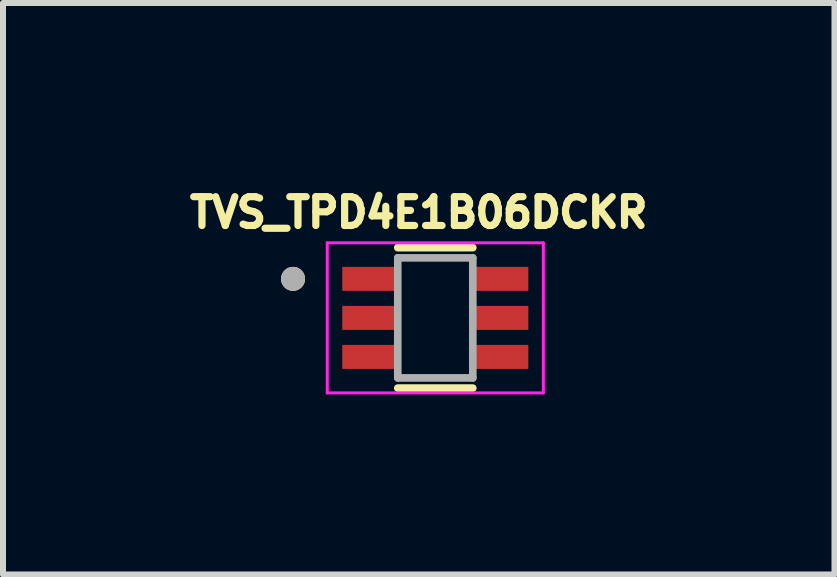
<source format=kicad_pcb>
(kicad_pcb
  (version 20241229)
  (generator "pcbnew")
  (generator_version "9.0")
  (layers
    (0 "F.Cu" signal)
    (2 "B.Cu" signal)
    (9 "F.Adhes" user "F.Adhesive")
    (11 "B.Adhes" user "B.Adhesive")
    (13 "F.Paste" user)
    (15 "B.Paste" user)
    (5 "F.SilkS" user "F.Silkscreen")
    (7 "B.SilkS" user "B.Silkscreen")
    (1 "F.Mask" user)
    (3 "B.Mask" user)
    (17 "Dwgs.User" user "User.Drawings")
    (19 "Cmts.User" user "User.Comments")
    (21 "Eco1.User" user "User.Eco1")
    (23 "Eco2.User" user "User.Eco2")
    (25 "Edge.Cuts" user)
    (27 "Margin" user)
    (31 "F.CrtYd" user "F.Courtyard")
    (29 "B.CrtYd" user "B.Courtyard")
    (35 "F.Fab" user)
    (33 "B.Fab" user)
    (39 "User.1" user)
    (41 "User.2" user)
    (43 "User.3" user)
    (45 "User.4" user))
  (footprint "TVS_TPD4E1B06DCKR"
    (layer "F.Cu")
    (at 4.202 2.246)
    (property "Reference" "TVS_TPD4E1B06DCKR" (at -0.276 -1.755 0) (layer "F.SilkS") (effects (font (size 0.48 0.48) (thickness 0.12))))
    (attr smd)
    (fp_line (start -0.625 -1.17) (end 0.625 -1.17) (stroke (width 0.127) (type solid)) (layer "F.SilkS"))
    (fp_line (start -0.625 1.17) (end 0.625 1.17) (stroke (width 0.127) (type solid)) (layer "F.SilkS"))
    (fp_circle (center -2.37 -0.65) (end -2.27 -0.65) (stroke (width 0.2) (type solid)) (fill no) (layer "F.SilkS"))
    (fp_poly (pts (xy -1.525 -0.825) (xy -0.675 -0.825) (xy -0.675 -0.475) (xy -1.525 -0.475)) (stroke (width 0.01) (type solid)) (fill yes) (layer "F.Paste"))
    (fp_poly (pts (xy -1.525 -0.175) (xy -0.675 -0.175) (xy -0.675 0.175) (xy -1.525 0.175)) (stroke (width 0.01) (type solid)) (fill yes) (layer "F.Paste"))
    (fp_poly (pts (xy -1.525 0.475) (xy -0.675 0.475) (xy -0.675 0.825) (xy -1.525 0.825)) (stroke (width 0.01) (type solid)) (fill yes) (layer "F.Paste"))
    (fp_poly (pts (xy 0.675 -0.825) (xy 1.525 -0.825) (xy 1.525 -0.475) (xy 0.675 -0.475)) (stroke (width 0.01) (type solid)) (fill yes) (layer "F.Paste"))
    (fp_poly (pts (xy 0.675 -0.175) (xy 1.525 -0.175) (xy 1.525 0.175) (xy 0.675 0.175)) (stroke (width 0.01) (type solid)) (fill yes) (layer "F.Paste"))
    (fp_poly (pts (xy 0.675 0.475) (xy 1.525 0.475) (xy 1.525 0.825) (xy 0.675 0.825)) (stroke (width 0.01) (type solid)) (fill yes) (layer "F.Paste"))
    (fp_line (start -1.8 -1.25) (end -1.8 1.25) (stroke (width 0.05) (type solid)) (layer "F.CrtYd"))
    (fp_line (start -1.8 1.25) (end 1.8 1.25) (stroke (width 0.05) (type solid)) (layer "F.CrtYd"))
    (fp_line (start 1.8 -1.25) (end -1.8 -1.25) (stroke (width 0.05) (type solid)) (layer "F.CrtYd"))
    (fp_line (start 1.8 1.25) (end 1.8 -1.25) (stroke (width 0.05) (type solid)) (layer "F.CrtYd"))
    (fp_line (start -0.625 -1) (end -0.625 1) (stroke (width 0.127) (type solid)) (layer "F.Fab"))
    (fp_line (start -0.625 1) (end 0.625 1) (stroke (width 0.127) (type solid)) (layer "F.Fab"))
    (fp_line (start 0.625 -1) (end -0.625 -1) (stroke (width 0.127) (type solid)) (layer "F.Fab"))
    (fp_line (start 0.625 1) (end 0.625 -1) (stroke (width 0.127) (type solid)) (layer "F.Fab"))
    (fp_circle (center -2.37 -0.65) (end -2.27 -0.65) (stroke (width 0.2) (type solid)) (fill no) (layer "F.Fab"))
    (pad "1" smd rect (at -1.1 -0.65) (size 0.9 0.4) (layers "F.Cu" "F.Mask"))
    (pad "2" smd rect (at -1.1 0) (size 0.9 0.4) (layers "F.Cu" "F.Mask"))
    (pad "3" smd rect (at -1.1 0.65) (size 0.9 0.4) (layers "F.Cu" "F.Mask"))
    (pad "4" smd rect (at 1.1 0.65) (size 0.9 0.4) (layers "F.Cu" "F.Mask"))
    (pad "5" smd rect (at 1.1 0) (size 0.9 0.4) (layers "F.Cu" "F.Mask"))
    (pad "6" smd rect (at 1.1 -0.65) (size 0.9 0.4) (layers "F.Cu" "F.Mask")))
  (gr_rect
    (start -3 -3)
    (end 10.853 6.521)
    (stroke (width 0.1) (type default))
    (fill no)
    (layer "Edge.Cuts")))
</source>
